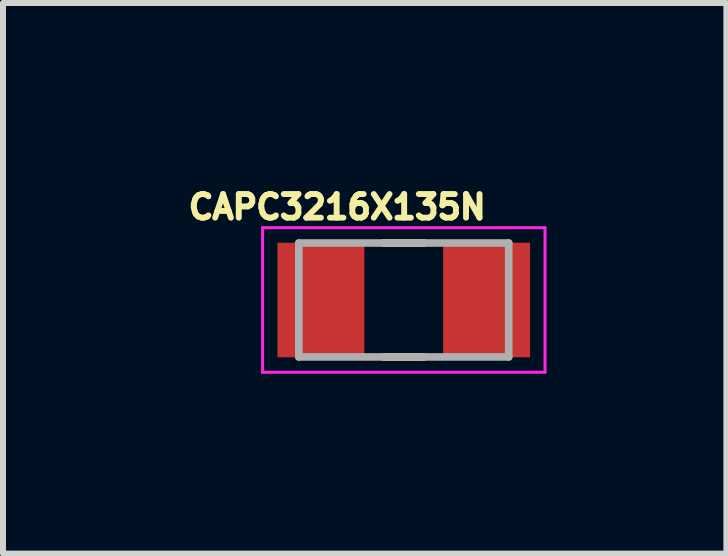
<source format=kicad_pcb>
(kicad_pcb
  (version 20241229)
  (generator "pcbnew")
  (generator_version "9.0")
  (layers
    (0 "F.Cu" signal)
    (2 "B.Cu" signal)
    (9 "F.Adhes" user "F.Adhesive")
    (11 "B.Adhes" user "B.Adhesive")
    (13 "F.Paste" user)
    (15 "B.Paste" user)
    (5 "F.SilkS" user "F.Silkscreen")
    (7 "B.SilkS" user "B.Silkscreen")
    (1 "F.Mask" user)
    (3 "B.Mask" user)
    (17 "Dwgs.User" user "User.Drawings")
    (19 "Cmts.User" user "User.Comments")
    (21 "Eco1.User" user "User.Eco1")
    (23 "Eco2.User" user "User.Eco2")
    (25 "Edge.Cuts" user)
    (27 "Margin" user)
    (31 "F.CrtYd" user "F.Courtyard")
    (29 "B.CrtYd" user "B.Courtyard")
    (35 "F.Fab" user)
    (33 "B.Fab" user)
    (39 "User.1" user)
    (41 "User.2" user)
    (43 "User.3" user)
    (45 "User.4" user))
  (footprint "CAPC3216X135N"
    (layer "F.Cu")
    (at 3.684 1.953)
    (property "Reference" "CAPC3216X135N" (at -1.11 -1.55 0) (layer "F.SilkS") (effects (font (size 0.394 0.394) (thickness 0.15))))
    (attr smd)
    (fp_line (start -0.34 -0.95) (end 0.34 -0.95) (stroke (width 0.127) (type solid)) (layer "F.SilkS"))
    (fp_line (start -0.34 0.95) (end 0.34 0.95) (stroke (width 0.127) (type solid)) (layer "F.SilkS"))
    (fp_line (start -2.355 -1.205) (end 2.355 -1.205) (stroke (width 0.05) (type solid)) (layer "F.CrtYd"))
    (fp_line (start -2.355 1.205) (end -2.355 -1.205) (stroke (width 0.05) (type solid)) (layer "F.CrtYd"))
    (fp_line (start -2.355 1.205) (end 2.355 1.205) (stroke (width 0.05) (type solid)) (layer "F.CrtYd"))
    (fp_line (start 2.355 1.205) (end 2.355 -1.205) (stroke (width 0.05) (type solid)) (layer "F.CrtYd"))
    (fp_line (start -1.75 0.95) (end -1.75 -0.95) (stroke (width 0.127) (type solid)) (layer "F.Fab"))
    (fp_line (start 1.75 -0.95) (end -1.75 -0.95) (stroke (width 0.127) (type solid)) (layer "F.Fab"))
    (fp_line (start 1.75 0.95) (end -1.75 0.95) (stroke (width 0.127) (type solid)) (layer "F.Fab"))
    (fp_line (start 1.75 0.95) (end 1.75 -0.95) (stroke (width 0.127) (type solid)) (layer "F.Fab"))
    (pad "1" smd rect (at -1.382 0) (size 1.45 1.91) (layers "F.Cu" "F.Mask" "F.Paste"))
    (pad "2" smd rect (at 1.382 0) (size 1.45 1.91) (layers "F.Cu" "F.Mask" "F.Paste")))
  (gr_rect
    (start -3 -3)
    (end 9.064 6.183)
    (stroke (width 0.1) (type default))
    (fill no)
    (layer "Edge.Cuts")))
</source>
